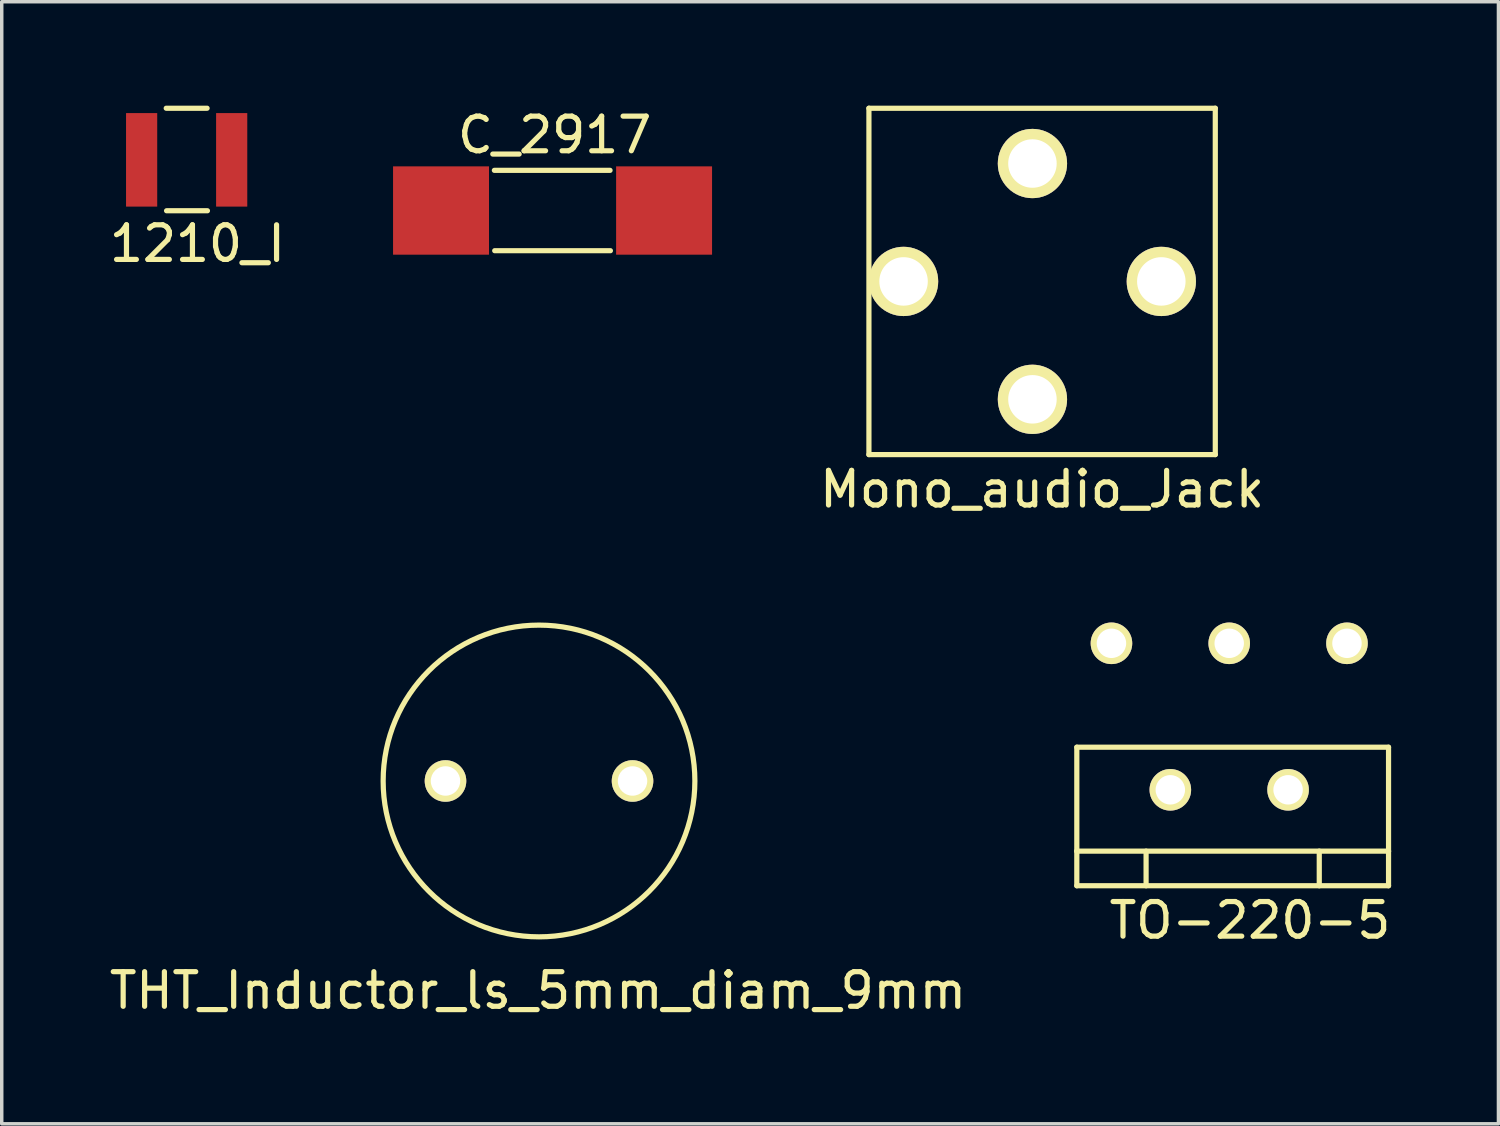
<source format=kicad_pcb>
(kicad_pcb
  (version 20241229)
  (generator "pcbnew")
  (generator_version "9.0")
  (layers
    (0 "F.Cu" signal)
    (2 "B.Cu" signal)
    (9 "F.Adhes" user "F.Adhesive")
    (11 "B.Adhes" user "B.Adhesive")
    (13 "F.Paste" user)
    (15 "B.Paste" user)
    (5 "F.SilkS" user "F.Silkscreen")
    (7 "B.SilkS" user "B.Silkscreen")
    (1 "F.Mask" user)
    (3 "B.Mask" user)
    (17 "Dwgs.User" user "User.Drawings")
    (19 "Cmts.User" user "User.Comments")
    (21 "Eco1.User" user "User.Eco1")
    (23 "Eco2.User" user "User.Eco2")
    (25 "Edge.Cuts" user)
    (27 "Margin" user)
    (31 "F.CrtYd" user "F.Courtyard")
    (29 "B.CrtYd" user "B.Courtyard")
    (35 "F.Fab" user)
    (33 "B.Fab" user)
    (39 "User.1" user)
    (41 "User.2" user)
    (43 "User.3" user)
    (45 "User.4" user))
  (footprint "TO-220-5"
    (layer "F.Cu")
    (at 29.039 15.523)
    (property "Reference" "TO-220-5" (at 4 8 0) (layer "F.SilkS") (effects (font (size 1 1) (thickness 0.15))))
    (attr through_hole)
    (fp_line (start -1 3) (end -1 6) (stroke (width 0.15) (type solid)) (layer "F.SilkS"))
    (fp_line (start -1 6) (end -1 7) (stroke (width 0.15) (type solid)) (layer "F.SilkS"))
    (fp_line (start -1 6) (end 8 6) (stroke (width 0.15) (type solid)) (layer "F.SilkS"))
    (fp_line (start -1 7) (end 8 7) (stroke (width 0.15) (type solid)) (layer "F.SilkS"))
    (fp_line (start 1 6) (end 1 7) (stroke (width 0.15) (type solid)) (layer "F.SilkS"))
    (fp_line (start 6 6) (end 6 7) (stroke (width 0.15) (type solid)) (layer "F.SilkS"))
    (fp_line (start 8 3) (end -1 3) (stroke (width 0.15) (type solid)) (layer "F.SilkS"))
    (fp_line (start 8 6) (end 8 3) (stroke (width 0.15) (type solid)) (layer "F.SilkS"))
    (fp_line (start 8 7) (end 8 6) (stroke (width 0.15) (type solid)) (layer "F.SilkS"))
    (pad "1" thru_hole circle (at 6.8 0) (size 1.2 1.2) (drill 0.85) (layers "*.Cu" "*.Mask" "F.SilkS"))
    (pad "2" thru_hole circle (at 5.1 4.23) (size 1.2 1.2) (drill 0.85) (layers "*.Cu" "*.Mask" "F.SilkS"))
    (pad "3" thru_hole circle (at 3.4 0) (size 1.2 1.2) (drill 0.85) (layers "*.Cu" "*.Mask" "F.SilkS"))
    (pad "4" thru_hole circle (at 1.7 4.23) (size 1.2 1.2) (drill 0.85) (layers "*.Cu" "*.Mask" "F.SilkS"))
    (pad "5" thru_hole circle (at 0 0) (size 1.2 1.2) (drill 0.85) (layers "*.Cu" "*.Mask" "F.SilkS")))
  (footprint "Mono_audio_Jack"
    (layer "F.Cu")
    (at 23.037 5.075)
    (property "Reference" "Mono_audio_Jack" (at 4 6 0) (layer "F.SilkS") (effects (font (size 1 1) (thickness 0.15))))
    (attr through_hole)
    (fp_line (start -1 -5) (end 9 -5) (stroke (width 0.15) (type solid)) (layer "F.SilkS"))
    (fp_line (start -1 5) (end -1 -5) (stroke (width 0.15) (type solid)) (layer "F.SilkS"))
    (fp_line (start 9 -5) (end 9 5) (stroke (width 0.15) (type solid)) (layer "F.SilkS"))
    (fp_line (start 9 5) (end -1 5) (stroke (width 0.15) (type solid)) (layer "F.SilkS"))
    (pad "1" thru_hole circle (at 0 0) (size 2 2) (drill 1.4) (layers "*.Cu" "*.Mask" "F.SilkS"))
    (pad "1" thru_hole circle (at 7.442 0) (size 2 2) (drill 1.4) (layers "*.Cu" "*.Mask" "F.SilkS"))
    (pad "2" thru_hole circle (at 3.721 -3.404) (size 2 2) (drill 1.4) (layers "*.Cu" "*.Mask" "F.SilkS"))
    (pad "3" thru_hole circle (at 3.721 3.404) (size 2 2) (drill 1.4) (layers "*.Cu" "*.Mask" "F.SilkS")))
  (footprint "C_2917"
    (layer "F.Cu")
    (at 12.903 3.028)
    (property "Reference" "C_2917" (at 0.06 -2.18 0) (layer "F.SilkS") (effects (font (size 1 1) (thickness 0.15))))
    (attr through_hole)
    (fp_line (start -1.68 -1.16) (end 1.66 -1.16) (stroke (width 0.15) (type solid)) (layer "F.SilkS"))
    (fp_line (start -1.67 1.16) (end 1.67 1.16) (stroke (width 0.15) (type solid)) (layer "F.SilkS"))
    (pad "1" smd rect (at -3.22 0) (size 2.77 2.55) (layers "F.Cu" "F.Mask" "F.Paste"))
    (pad "2" smd rect (at 3.22 0) (size 2.77 2.55) (layers "F.Cu" "F.Mask" "F.Paste")))
  (footprint "THT_Inductor_ls_5mm_diam_9mm"
    (layer "F.Cu")
    (at 12.512 19.498)
    (property "Reference" "THT_Inductor_ls_5mm_diam_9mm" (at -0.03 6.05 0) (layer "F.SilkS") (effects (font (size 1 1) (thickness 0.15))))
    (attr through_hole)
    (fp_circle (center 0 0) (end 0 4.5) (stroke (width 0.15) (type solid)) (fill no) (layer "F.SilkS"))
    (pad "1" thru_hole circle (at -2.7 0) (size 1.2 1.2) (drill 0.85) (layers "*.Cu" "*.Mask" "F.SilkS"))
    (pad "2" thru_hole circle (at 2.7 0) (size 1.2 1.2) (drill 0.85) (layers "*.Cu" "*.Mask" "F.SilkS")))
  (footprint "1210_I"
    (layer "F.Cu")
    (at 2.339 1.565)
    (property "Reference" "1210_I" (at 0.31 2.42 0) (layer "F.SilkS") (effects (font (size 1 1) (thickness 0.15))))
    (attr through_hole)
    (fp_line (start -0.59 -1.49) (end 0.59 -1.49) (stroke (width 0.15) (type solid)) (layer "F.SilkS"))
    (fp_line (start -0.58 1.47) (end 0.6 1.47) (stroke (width 0.15) (type solid)) (layer "F.SilkS"))
    (pad "1" smd rect (at -1.3 0) (size 0.9 2.7) (layers "F.Cu" "F.Mask" "F.Paste"))
    (pad "2" smd rect (at 1.3 0) (size 0.9 2.7) (layers "F.Cu" "F.Mask" "F.Paste")))
  (gr_rect
    (start -3 -3)
    (end 40.212 29.396)
    (stroke (width 0.1) (type default))
    (fill no)
    (layer "Edge.Cuts")))
</source>
